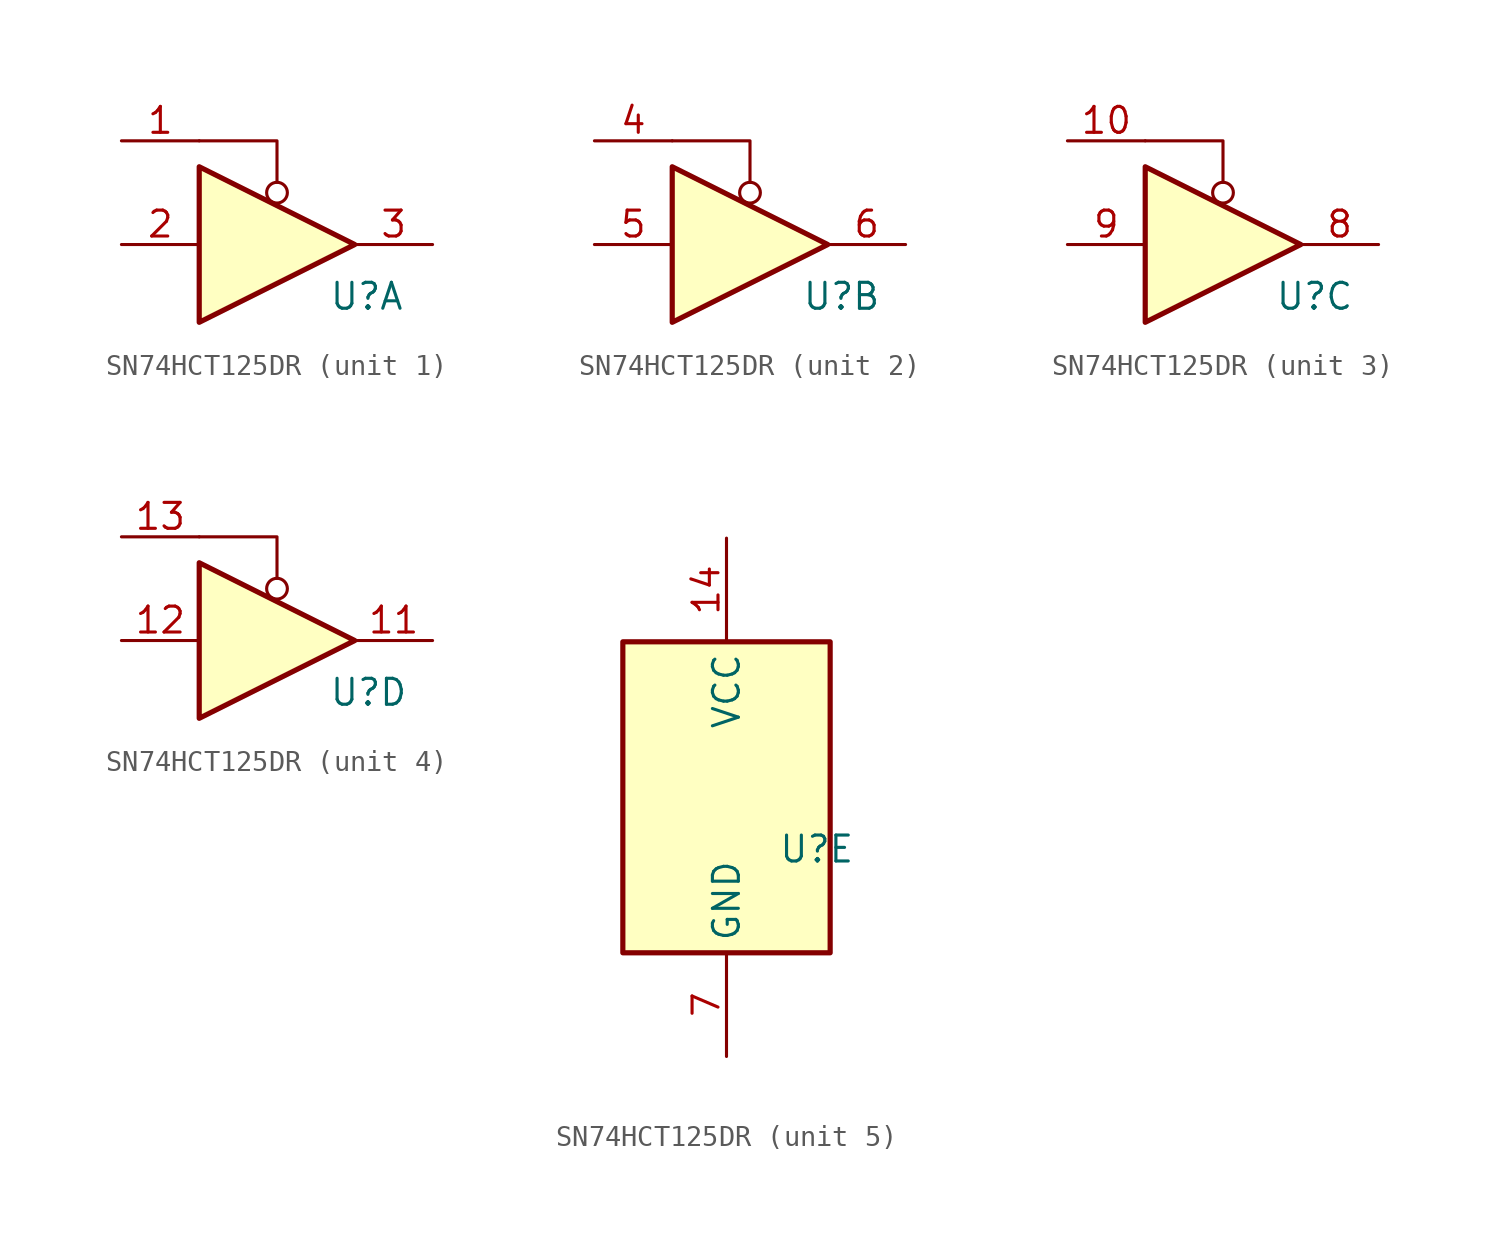
<source format=kicad_sym>
(kicad_symbol_lib
  (version 20231120)
  (generator "kicad_symbol_editor")
  (generator_version "8.0")
  (symbol "SN74HCT125DR"
    (property "Reference" "U"
      (at 2.54 -2.54 0)
      (effects (font (size 1.27 1.27)) (justify left)))
    (property "ki_locked" ""
      (at 0 0 0)
      (effects (font (size 1.27 1.27))))
    (symbol "SN74HCT125DR_1_0"
      (polyline (pts (xy -3.81 3.81) (xy -3.81 -3.81) (xy 3.81 0) (xy -3.81 3.81)) (stroke (width 0.254) (type default)) (fill (type background)))
      (pin input line (at -7.62 5.08 0) (length 3.81) (name "~" (effects (font (size 1.27 1.27)))) (number "1" (effects (font (size 1.27 1.27)))))
      (pin input line (at -7.62 0 0) (length 3.81) (name "~" (effects (font (size 1.27 1.27)))) (number "2" (effects (font (size 1.27 1.27)))))
      (pin output line (at 7.62 0 180) (length 3.81) (name "~" (effects (font (size 1.27 1.27)))) (number "3" (effects (font (size 1.27 1.27))))))
    (symbol "SN74HCT125DR_1_1"
      (polyline (pts (xy -3.81 5.08) (xy 0 5.08) (xy 0 3.048)) (stroke (width 0) (type default)) (fill (type none)))
      (circle (center 0 2.54) (radius 0.508) (stroke (width 0) (type default)) (fill (type none))))
    (symbol "SN74HCT125DR_2_0"
      (polyline (pts (xy -3.81 3.81) (xy -3.81 -3.81) (xy 3.81 0) (xy -3.81 3.81)) (stroke (width 0.254) (type default)) (fill (type background)))
      (pin input line (at -7.62 5.08 0) (length 3.81) (name "~" (effects (font (size 1.27 1.27)))) (number "4" (effects (font (size 1.27 1.27)))))
      (pin input line (at -7.62 0 0) (length 3.81) (name "~" (effects (font (size 1.27 1.27)))) (number "5" (effects (font (size 1.27 1.27)))))
      (pin output line (at 7.62 0 180) (length 3.81) (name "~" (effects (font (size 1.27 1.27)))) (number "6" (effects (font (size 1.27 1.27))))))
    (symbol "SN74HCT125DR_2_1"
      (polyline (pts (xy -3.81 5.08) (xy 0 5.08) (xy 0 3.048)) (stroke (width 0) (type default)) (fill (type none)))
      (circle (center 0 2.54) (radius 0.508) (stroke (width 0) (type default)) (fill (type none))))
    (symbol "SN74HCT125DR_3_0"
      (polyline (pts (xy -3.81 3.81) (xy -3.81 -3.81) (xy 3.81 0) (xy -3.81 3.81)) (stroke (width 0.254) (type default)) (fill (type background)))
      (pin input line (at -7.62 5.08 0) (length 3.81) (name "~" (effects (font (size 1.27 1.27)))) (number "10" (effects (font (size 1.27 1.27)))))
      (pin output line (at 7.62 0 180) (length 3.81) (name "~" (effects (font (size 1.27 1.27)))) (number "8" (effects (font (size 1.27 1.27)))))
      (pin input line (at -7.62 0 0) (length 3.81) (name "~" (effects (font (size 1.27 1.27)))) (number "9" (effects (font (size 1.27 1.27))))))
    (symbol "SN74HCT125DR_3_1"
      (polyline (pts (xy -3.81 5.08) (xy 0 5.08) (xy 0 3.048)) (stroke (width 0) (type default)) (fill (type none)))
      (circle (center 0 2.54) (radius 0.508) (stroke (width 0) (type default)) (fill (type none))))
    (symbol "SN74HCT125DR_4_0"
      (polyline (pts (xy -3.81 3.81) (xy -3.81 -3.81) (xy 3.81 0) (xy -3.81 3.81)) (stroke (width 0.254) (type default)) (fill (type background)))
      (pin output line (at 7.62 0 180) (length 3.81) (name "~" (effects (font (size 1.27 1.27)))) (number "11" (effects (font (size 1.27 1.27)))))
      (pin input line (at -7.62 0 0) (length 3.81) (name "~" (effects (font (size 1.27 1.27)))) (number "12" (effects (font (size 1.27 1.27)))))
      (pin input line (at -7.62 5.08 0) (length 3.81) (name "~" (effects (font (size 1.27 1.27)))) (number "13" (effects (font (size 1.27 1.27))))))
    (symbol "SN74HCT125DR_4_1"
      (polyline (pts (xy -3.81 5.08) (xy 0 5.08) (xy 0 3.048)) (stroke (width 0) (type default)) (fill (type none)))
      (circle (center 0 2.54) (radius 0.508) (stroke (width 0) (type default)) (fill (type none))))
    (symbol "SN74HCT125DR_5_0"
      (pin power_in line (at 0 12.7 270) (length 5.08) (name "VCC" (effects (font (size 1.27 1.27)))) (number "14" (effects (font (size 1.27 1.27)))))
      (pin power_in line (at 0 -12.7 90) (length 5.08) (name "GND" (effects (font (size 1.27 1.27)))) (number "7" (effects (font (size 1.27 1.27))))))
    (symbol "SN74HCT125DR_5_1"
      (rectangle (start -5.08 7.62) (end 5.08 -7.62) (stroke (width 0.254) (type default)) (fill (type background))))))
</source>
